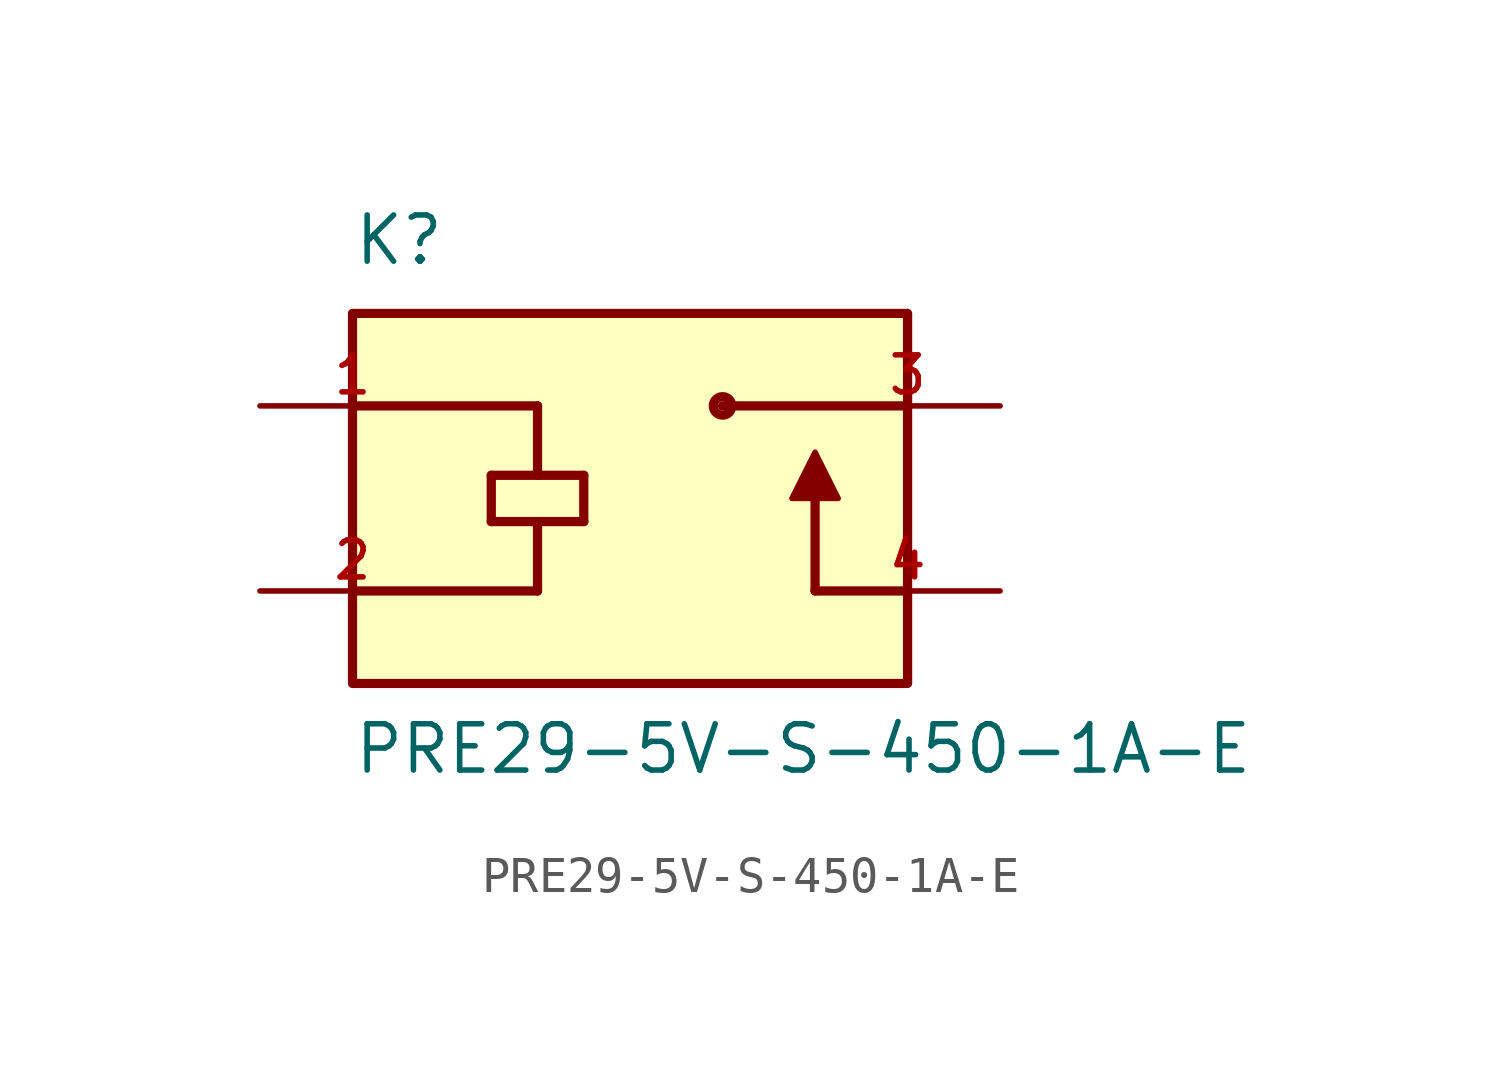
<source format=kicad_sym>
(kicad_symbol_lib
  (version 20211014)
  (generator kicad_symbol_editor)
  (symbol "PRE29-5V-S-450-1A-E"
    (pin_names
      (offset 1.016))
    (property "Reference" "K"
      (at -7.62 6.35 0)
      (effects (font (size 1.27 1.27)) (justify bottom left)))
    (property "Value" "PRE29-5V-S-450-1A-E"
      (at -7.62 -7.62 0)
      (effects (font (size 1.27 1.27)) (justify bottom left)))
    (symbol "PRE29-5V-S-450-1A-E_0_0"
      (polyline (pts (xy 7.62 2.54) (xy 2.54 2.54)) (stroke (width 0.254)))
      (polyline (pts (xy 7.62 -2.54) (xy 5.08 -2.54)) (stroke (width 0.254)))
      (polyline (pts (xy 5.08 -2.54) (xy 5.08 0.0)) (stroke (width 0.254)))
      (polyline (pts (xy 4.445 0.0) (xy 5.715 0.0) (xy 5.08 1.27) (xy 4.445 0.0)) (stroke (width 0.152)) (fill (type outline)))
      (circle (center 2.54 2.54) (radius 0.254) (stroke (width 0.254)) (fill (type none)))
      (polyline (pts (xy -7.62 2.54) (xy -2.54 2.54)) (stroke (width 0.254)))
      (polyline (pts (xy -3.81 0.635) (xy -2.54 0.635)) (stroke (width 0.254)))
      (polyline (pts (xy -2.54 0.635) (xy -1.27 0.635)) (stroke (width 0.254)))
      (polyline (pts (xy -1.27 0.635) (xy -1.27 -0.635)) (stroke (width 0.254)))
      (polyline (pts (xy -1.27 -0.635) (xy -2.54 -0.635)) (stroke (width 0.254)))
      (polyline (pts (xy -2.54 -0.635) (xy -3.81 -0.635)) (stroke (width 0.254)))
      (polyline (pts (xy -3.81 -0.635) (xy -3.81 0.635)) (stroke (width 0.254)))
      (polyline (pts (xy -7.62 -2.54) (xy -2.54 -2.54)) (stroke (width 0.254)))
      (polyline (pts (xy -2.54 2.54) (xy -2.54 0.635)) (stroke (width 0.254)))
      (polyline (pts (xy -2.54 -0.635) (xy -2.54 -2.54)) (stroke (width 0.254)))
      (rectangle (start -7.62 -5.08) (end 7.62 5.08) (stroke (width 0.254)) (fill (type background)))
      (pin passive line (at 10.16 2.54 180.0) (length 5.08) (name "~" (effects (font (size 1.016 1.016)))) (number "3" (effects (font (size 1.016 1.016)))))
      (pin passive line (at 10.16 -2.54 180.0) (length 5.08) (name "~" (effects (font (size 1.016 1.016)))) (number "4" (effects (font (size 1.016 1.016)))))
      (pin passive line (at -10.16 2.54 0) (length 5.08) (name "~" (effects (font (size 1.016 1.016)))) (number "1" (effects (font (size 1.016 1.016)))))
      (pin passive line (at -10.16 -2.54 0) (length 5.08) (name "~" (effects (font (size 1.016 1.016)))) (number "2" (effects (font (size 1.016 1.016))))))))
</source>
